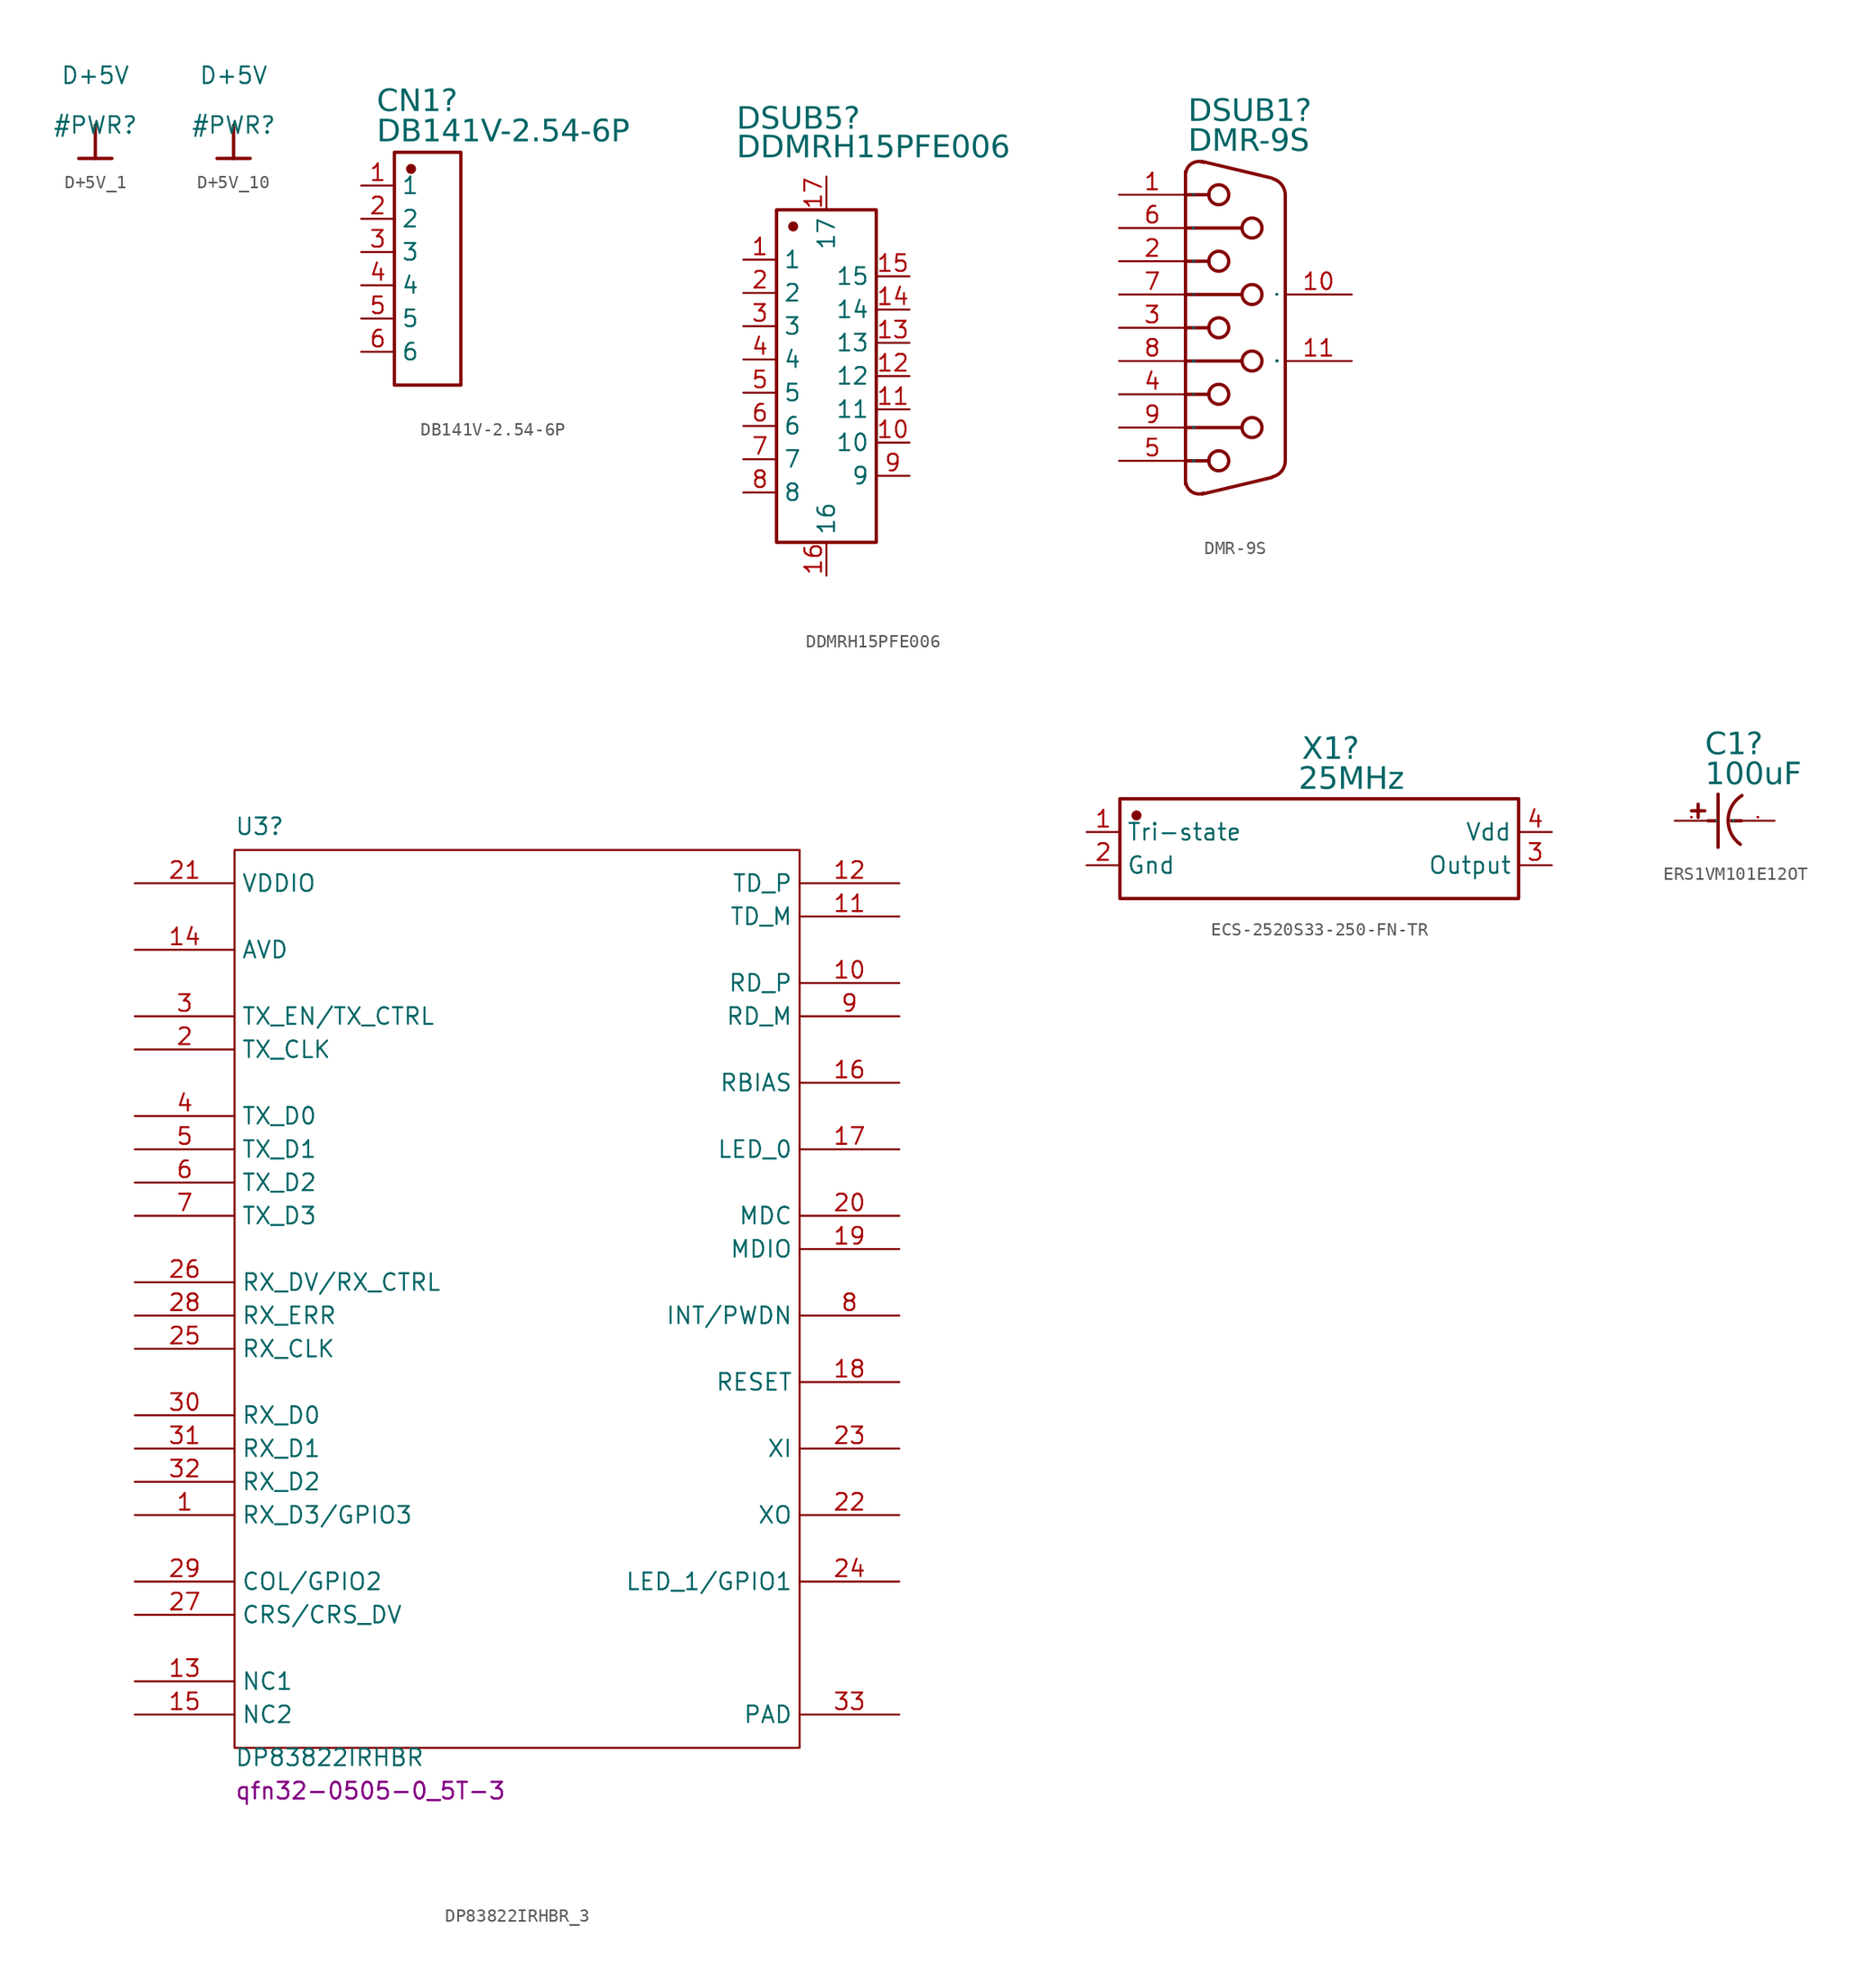
<source format=kicad_sym>
(kicad_symbol_lib
  (version 20241209)
  (generator "kicad_symbol_editor")
  (generator_version "9.0")
  (symbol "D+5V_1"
    (power)
    (property "Reference" "#PWR"
      (at 0 0 0)
      (effects (font (size 1.27 1.27))))
    (property "Value" "D+5V"
      (at 0 3.81 0)
      (effects (font (size 1.27 1.27))))
    (symbol "D+5V_1_0_0"
      (polyline (pts (xy -1.27 -2.54) (xy 1.27 -2.54)) (stroke (width 0.254) (type solid)) (fill (type none)))
      (polyline (pts (xy 0 0) (xy 0 -2.54)) (stroke (width 0.254) (type solid)) (fill (type none))))
    (symbol "D+5V_1_1_0"
      (pin power_out line (at 0 0 0) (length 0) (hide yes) (name "D+5V" (effects (font (size 1.27 1.27)))) (number "" (effects (font (size 1.27 1.27)))))))
  (symbol "D+5V_10"
    (power)
    (property "Reference" "#PWR"
      (at 0 0 0)
      (effects (font (size 1.27 1.27))))
    (property "Value" "D+5V"
      (at 0 3.81 0)
      (effects (font (size 1.27 1.27))))
    (symbol "D+5V_10_0_0"
      (polyline (pts (xy -1.27 -2.54) (xy 1.27 -2.54)) (stroke (width 0.254) (type solid)) (fill (type none)))
      (polyline (pts (xy 0 0) (xy 0 -2.54)) (stroke (width 0.254) (type solid)) (fill (type none))))
    (symbol "D+5V_10_1_0"
      (pin power_out line (at 0 0 0) (length 0) (hide yes) (name "D+5V" (effects (font (size 1.27 1.27)))) (number "" (effects (font (size 1.27 1.27)))))))
  (symbol "DB141V-2.54-6P"
    (property "Reference" "CN1"
      (at -3.886 13.729 0)
      (effects (font (face "Arial") (size 1.689 1.689)) (justify left top)))
    (property "Value" "DB141V-2.54-6P"
      (at -3.886 11.417 0)
      (effects (font (face "Arial") (size 1.689 1.689)) (justify left top)))
    (symbol "DB141V-2.54-6P_0_0"
      (rectangle (start -2.54 8.89) (end 2.54 -8.89) (stroke (width 0.254) (type solid)) (fill (type none)))
      (circle (center -1.27 7.62) (radius 0.254) (stroke (width 0.254) (type solid)) (fill (type outline)))
      (pin passive line (at -5.08 6.35 0) (length 2.54) (name "1" (effects (font (size 1.27 1.27)))) (number "1" (effects (font (size 1.27 1.27)))))
      (pin passive line (at -5.08 3.81 0) (length 2.54) (name "2" (effects (font (size 1.27 1.27)))) (number "2" (effects (font (size 1.27 1.27)))))
      (pin passive line (at -5.08 1.27 0) (length 2.54) (name "3" (effects (font (size 1.27 1.27)))) (number "3" (effects (font (size 1.27 1.27)))))
      (pin passive line (at -5.08 -1.27 0) (length 2.54) (name "4" (effects (font (size 1.27 1.27)))) (number "4" (effects (font (size 1.27 1.27)))))
      (pin passive line (at -5.08 -3.81 0) (length 2.54) (name "5" (effects (font (size 1.27 1.27)))) (number "5" (effects (font (size 1.27 1.27)))))
      (pin passive line (at -5.08 -6.35 0) (length 2.54) (name "6" (effects (font (size 1.27 1.27)))) (number "6" (effects (font (size 1.27 1.27)))))))
  (symbol "DDMRH15PFE006"
    (property "Reference" "DSUB5"
      (at -6.858 20.587 0)
      (effects (font (face "Arial") (size 1.689 1.689)) (justify left top)))
    (property "Value" "DDMRH15PFE006"
      (at -6.858 18.402 0)
      (effects (font (face "Arial") (size 1.689 1.689)) (justify left top)))
    (symbol "DDMRH15PFE006_0_0"
      (rectangle (start -3.81 12.7) (end 3.81 -12.7) (stroke (width 0.254) (type solid)) (fill (type none)))
      (circle (center -2.54 11.43) (radius 0.254) (stroke (width 0.254) (type solid)) (fill (type outline)))
      (pin passive line (at -6.35 8.89 0) (length 2.54) (name "1" (effects (font (size 1.27 1.27)))) (number "1" (effects (font (size 1.27 1.27)))))
      (pin passive line (at -6.35 6.35 0) (length 2.54) (name "2" (effects (font (size 1.27 1.27)))) (number "2" (effects (font (size 1.27 1.27)))))
      (pin passive line (at -6.35 3.81 0) (length 2.54) (name "3" (effects (font (size 1.27 1.27)))) (number "3" (effects (font (size 1.27 1.27)))))
      (pin passive line (at -6.35 1.27 0) (length 2.54) (name "4" (effects (font (size 1.27 1.27)))) (number "4" (effects (font (size 1.27 1.27)))))
      (pin passive line (at -6.35 -1.27 0) (length 2.54) (name "5" (effects (font (size 1.27 1.27)))) (number "5" (effects (font (size 1.27 1.27)))))
      (pin passive line (at -6.35 -3.81 0) (length 2.54) (name "6" (effects (font (size 1.27 1.27)))) (number "6" (effects (font (size 1.27 1.27)))))
      (pin passive line (at -6.35 -6.35 0) (length 2.54) (name "7" (effects (font (size 1.27 1.27)))) (number "7" (effects (font (size 1.27 1.27)))))
      (pin passive line (at -6.35 -8.89 0) (length 2.54) (name "8" (effects (font (size 1.27 1.27)))) (number "8" (effects (font (size 1.27 1.27)))))
      (pin passive line (at 0 15.24 270) (length 2.54) (name "17" (effects (font (size 1.27 1.27)))) (number "17" (effects (font (size 1.27 1.27)))))
      (pin passive line (at 0 -15.24 90) (length 2.54) (name "16" (effects (font (size 1.27 1.27)))) (number "16" (effects (font (size 1.27 1.27)))))
      (pin passive line (at 6.35 7.62 180) (length 2.54) (name "15" (effects (font (size 1.27 1.27)))) (number "15" (effects (font (size 1.27 1.27)))))
      (pin passive line (at 6.35 5.08 180) (length 2.54) (name "14" (effects (font (size 1.27 1.27)))) (number "14" (effects (font (size 1.27 1.27)))))
      (pin passive line (at 6.35 2.54 180) (length 2.54) (name "13" (effects (font (size 1.27 1.27)))) (number "13" (effects (font (size 1.27 1.27)))))
      (pin passive line (at 6.35 0 180) (length 2.54) (name "12" (effects (font (size 1.27 1.27)))) (number "12" (effects (font (size 1.27 1.27)))))
      (pin passive line (at 6.35 -2.54 180) (length 2.54) (name "11" (effects (font (size 1.27 1.27)))) (number "11" (effects (font (size 1.27 1.27)))))
      (pin passive line (at 6.35 -5.08 180) (length 2.54) (name "10" (effects (font (size 1.27 1.27)))) (number "10" (effects (font (size 1.27 1.27)))))
      (pin passive line (at 6.35 -7.62 180) (length 2.54) (name "9" (effects (font (size 1.27 1.27)))) (number "9" (effects (font (size 1.27 1.27)))))))
  (symbol "DMR-9S"
    (property "Reference" "DSUB1"
      (at -3.607 17.488 0)
      (effects (font (face "Arial") (size 1.689 1.689)) (justify left top)))
    (property "Value" "DMR-9S"
      (at -3.607 15.202 0)
      (effects (font (face "Arial") (size 1.689 1.689)) (justify left top)))
    (symbol "DMR-9S_0_0"
      (polyline (pts (xy -3.81 11.938) (xy -3.81 10.16)) (stroke (width 0.254) (type solid)) (fill (type none)))
      (polyline (pts (xy -3.81 7.62) (xy 0.508 7.62)) (stroke (width 0.254) (type solid)) (fill (type none)))
      (polyline (pts (xy -3.81 2.54) (xy 0.508 2.54)) (stroke (width 0.254) (type solid)) (fill (type none)))
      (polyline (pts (xy -3.81 -2.54) (xy 0.508 -2.54)) (stroke (width 0.254) (type solid)) (fill (type none)))
      (polyline (pts (xy -3.81 -7.62) (xy 0.508 -7.62)) (stroke (width 0.254) (type solid)) (fill (type none)))
      (polyline (pts (xy -3.81 -10.16) (xy -3.81 10.16)) (stroke (width 0.254) (type solid)) (fill (type none)))
      (polyline (pts (xy -3.81 -11.938) (xy -3.81 -10.16)) (stroke (width 0.254) (type solid)) (fill (type none)))
      (arc (start -3.7846 11.8364) (mid -3.2923 12.5672) (end -2.413 12.6238) (stroke (width 0.254) (type solid)) (fill (type none)))
      (arc (start -2.413 -12.6238) (mid -3.2864 -12.5569) (end -3.7846 -11.8364) (stroke (width 0.254) (type solid)) (fill (type none)))
      (polyline (pts (xy -2.032 10.16) (xy -3.81 10.16)) (stroke (width 0.254) (type solid)) (fill (type none)))
      (polyline (pts (xy -2.032 5.08) (xy -3.81 5.08)) (stroke (width 0.254) (type solid)) (fill (type none)))
      (polyline (pts (xy -2.032 0) (xy -3.81 0)) (stroke (width 0.254) (type solid)) (fill (type none)))
      (polyline (pts (xy -2.032 -5.08) (xy -3.81 -5.08)) (stroke (width 0.254) (type solid)) (fill (type none)))
      (polyline (pts (xy -2.032 -10.16) (xy -3.81 -10.16)) (stroke (width 0.254) (type solid)) (fill (type none)))
      (circle (center -1.27 10.16) (radius 0.762) (stroke (width 0.254) (type solid)) (fill (type none)))
      (circle (center -1.27 5.08) (radius 0.762) (stroke (width 0.254) (type solid)) (fill (type none)))
      (circle (center -1.27 0) (radius 0.762) (stroke (width 0.254) (type solid)) (fill (type none)))
      (circle (center -1.27 -5.08) (radius 0.762) (stroke (width 0.254) (type solid)) (fill (type none)))
      (circle (center -1.27 -10.16) (radius 0.762) (stroke (width 0.254) (type solid)) (fill (type none)))
      (circle (center 1.27 7.62) (radius 0.762) (stroke (width 0.254) (type solid)) (fill (type none)))
      (circle (center 1.27 2.54) (radius 0.762) (stroke (width 0.254) (type solid)) (fill (type none)))
      (circle (center 1.27 -2.54) (radius 0.762) (stroke (width 0.254) (type solid)) (fill (type none)))
      (circle (center 1.27 -7.62) (radius 0.762) (stroke (width 0.254) (type solid)) (fill (type none)))
      (arc (start 2.8702 11.3792) (mid 3.5372 10.9215) (end 3.81 10.16) (stroke (width 0.254) (type solid)) (fill (type none)))
      (arc (start 3.81 -10.16) (mid 3.5389 -10.937) (end 2.8448 -11.3792) (stroke (width 0.254) (type solid)) (fill (type none)))
      (polyline (pts (xy 2.794 11.43) (xy -2.54 12.7)) (stroke (width 0.254) (type solid)) (fill (type none)))
      (polyline (pts (xy 2.794 -11.43) (xy -2.54 -12.7)) (stroke (width 0.254) (type solid)) (fill (type none)))
      (polyline (pts (xy 3.81 -10.16) (xy 3.81 10.16)) (stroke (width 0.254) (type solid)) (fill (type none)))
      (pin passive line (at -8.89 10.16 0) (length 5.08) (name "1" (effects (font (size 0.025 0.025)))) (number "1" (effects (font (size 1.27 1.27)))))
      (pin passive line (at -8.89 7.62 0) (length 5.08) (name "6" (effects (font (size 0.025 0.025)))) (number "6" (effects (font (size 1.27 1.27)))))
      (pin passive line (at -8.89 5.08 0) (length 5.08) (name "2" (effects (font (size 0.025 0.025)))) (number "2" (effects (font (size 1.27 1.27)))))
      (pin passive line (at -8.89 2.54 0) (length 5.08) (name "7" (effects (font (size 0.025 0.025)))) (number "7" (effects (font (size 1.27 1.27)))))
      (pin passive line (at -8.89 0 0) (length 5.08) (name "3" (effects (font (size 0.025 0.025)))) (number "3" (effects (font (size 1.27 1.27)))))
      (pin passive line (at -8.89 -2.54 0) (length 5.08) (name "8" (effects (font (size 0.025 0.025)))) (number "8" (effects (font (size 1.27 1.27)))))
      (pin passive line (at -8.89 -5.08 0) (length 5.08) (name "4" (effects (font (size 0.025 0.025)))) (number "4" (effects (font (size 1.27 1.27)))))
      (pin passive line (at -8.89 -7.62 0) (length 5.08) (name "9" (effects (font (size 0.025 0.025)))) (number "9" (effects (font (size 1.27 1.27)))))
      (pin passive line (at -8.89 -10.16 0) (length 5.08) (name "5" (effects (font (size 0.025 0.025)))) (number "5" (effects (font (size 1.27 1.27)))))
      (pin power_in line (at 8.89 2.54 180) (length 5.08) (name "MH1" (effects (font (size 0.025 0.025)))) (number "10" (effects (font (size 1.27 1.27)))))
      (pin power_in line (at 8.89 -2.54 180) (length 5.08) (name "MH2" (effects (font (size 0.025 0.025)))) (number "11" (effects (font (size 1.27 1.27)))))))
  (symbol "DP83822IRHBR_3"
    (property "Reference" "U3"
      (at 0 2.54 0)
      (effects (font (size 1.27 1.27)) (justify left top)))
    (property "Value" "DP83822IRHBR"
      (at 0 -68.58 0)
      (effects (font (size 1.27 1.27)) (justify left top)))
    (property "Origin Footprint" "qfn32-0505-0_5T-3"
      (at 0 -71.12 0)
      (effects (font (size 1.27 1.27)) (justify left top)))
    (property "PCB Footprint" "qfn32-0505-0_5T-3"
      (at 0 -71.12 0)
      (effects (font (size 1.27 1.27)) (justify left top)))
    (symbol "DP83822IRHBR_3_1_0"
      (rectangle (start 0 0) (end 43.18 -68.58) (stroke (width 0) (type default)) (fill (type none)))
      (pin passive line (at -7.62 -2.54 0) (length 7.62) (name "VDDIO" (effects (font (size 1.27 1.27)))) (number "21" (effects (font (size 1.27 1.27)))))
      (pin passive line (at -7.62 -7.62 0) (length 7.62) (name "AVD" (effects (font (size 1.27 1.27)))) (number "14" (effects (font (size 1.27 1.27)))))
      (pin input line (at -7.62 -12.7 0) (length 7.62) (name "TX_EN/TX_CTRL" (effects (font (size 1.27 1.27)))) (number "3" (effects (font (size 1.27 1.27)))))
      (pin input line (at -7.62 -15.24 0) (length 7.62) (name "TX_CLK" (effects (font (size 1.27 1.27)))) (number "2" (effects (font (size 1.27 1.27)))))
      (pin input line (at -7.62 -20.32 0) (length 7.62) (name "TX_D0" (effects (font (size 1.27 1.27)))) (number "4" (effects (font (size 1.27 1.27)))))
      (pin input line (at -7.62 -22.86 0) (length 7.62) (name "TX_D1" (effects (font (size 1.27 1.27)))) (number "5" (effects (font (size 1.27 1.27)))))
      (pin input line (at -7.62 -25.4 0) (length 7.62) (name "TX_D2" (effects (font (size 1.27 1.27)))) (number "6" (effects (font (size 1.27 1.27)))))
      (pin input line (at -7.62 -27.94 0) (length 7.62) (name "TX_D3" (effects (font (size 1.27 1.27)))) (number "7" (effects (font (size 1.27 1.27)))))
      (pin output line (at -7.62 -33.02 0) (length 7.62) (name "RX_DV/RX_CTRL" (effects (font (size 1.27 1.27)))) (number "26" (effects (font (size 1.27 1.27)))))
      (pin output line (at -7.62 -35.56 0) (length 7.62) (name "RX_ERR" (effects (font (size 1.27 1.27)))) (number "28" (effects (font (size 1.27 1.27)))))
      (pin output line (at -7.62 -38.1 0) (length 7.62) (name "RX_CLK" (effects (font (size 1.27 1.27)))) (number "25" (effects (font (size 1.27 1.27)))))
      (pin output line (at -7.62 -43.18 0) (length 7.62) (name "RX_D0" (effects (font (size 1.27 1.27)))) (number "30" (effects (font (size 1.27 1.27)))))
      (pin output line (at -7.62 -45.72 0) (length 7.62) (name "RX_D1" (effects (font (size 1.27 1.27)))) (number "31" (effects (font (size 1.27 1.27)))))
      (pin output line (at -7.62 -48.26 0) (length 7.62) (name "RX_D2" (effects (font (size 1.27 1.27)))) (number "32" (effects (font (size 1.27 1.27)))))
      (pin output line (at -7.62 -50.8 0) (length 7.62) (name "RX_D3/GPIO3" (effects (font (size 1.27 1.27)))) (number "1" (effects (font (size 1.27 1.27)))))
      (pin input line (at -7.62 -55.88 0) (length 7.62) (name "COL/GPIO2" (effects (font (size 1.27 1.27)))) (number "29" (effects (font (size 1.27 1.27)))))
      (pin output line (at -7.62 -58.42 0) (length 7.62) (name "CRS/CRS_DV" (effects (font (size 1.27 1.27)))) (number "27" (effects (font (size 1.27 1.27)))))
      (pin unspecified line (at -7.62 -63.5 0) (length 7.62) (name "NC1" (effects (font (size 1.27 1.27)))) (number "13" (effects (font (size 1.27 1.27)))))
      (pin unspecified line (at -7.62 -66.04 0) (length 7.62) (name "NC2" (effects (font (size 1.27 1.27)))) (number "15" (effects (font (size 1.27 1.27)))))
      (pin output line (at 50.8 -2.54 180) (length 7.62) (name "TD_P" (effects (font (size 1.27 1.27)))) (number "12" (effects (font (size 1.27 1.27)))))
      (pin output line (at 50.8 -5.08 180) (length 7.62) (name "TD_M" (effects (font (size 1.27 1.27)))) (number "11" (effects (font (size 1.27 1.27)))))
      (pin input line (at 50.8 -10.16 180) (length 7.62) (name "RD_P" (effects (font (size 1.27 1.27)))) (number "10" (effects (font (size 1.27 1.27)))))
      (pin input line (at 50.8 -12.7 180) (length 7.62) (name "RD_M" (effects (font (size 1.27 1.27)))) (number "9" (effects (font (size 1.27 1.27)))))
      (pin input line (at 50.8 -17.78 180) (length 7.62) (name "RBIAS" (effects (font (size 1.27 1.27)))) (number "16" (effects (font (size 1.27 1.27)))))
      (pin passive line (at 50.8 -22.86 180) (length 7.62) (name "LED_0" (effects (font (size 1.27 1.27)))) (number "17" (effects (font (size 1.27 1.27)))))
      (pin input line (at 50.8 -27.94 180) (length 7.62) (name "MDC" (effects (font (size 1.27 1.27)))) (number "20" (effects (font (size 1.27 1.27)))))
      (pin input line (at 50.8 -30.48 180) (length 7.62) (name "MDIO" (effects (font (size 1.27 1.27)))) (number "19" (effects (font (size 1.27 1.27)))))
      (pin input line (at 50.8 -35.56 180) (length 7.62) (name "INT/PWDN" (effects (font (size 1.27 1.27)))) (number "8" (effects (font (size 1.27 1.27)))))
      (pin input line (at 50.8 -40.64 180) (length 7.62) (name "RESET" (effects (font (size 1.27 1.27)))) (number "18" (effects (font (size 1.27 1.27)))))
      (pin input line (at 50.8 -45.72 180) (length 7.62) (name "XI" (effects (font (size 1.27 1.27)))) (number "23" (effects (font (size 1.27 1.27)))))
      (pin input line (at 50.8 -50.8 180) (length 7.62) (name "XO" (effects (font (size 1.27 1.27)))) (number "22" (effects (font (size 1.27 1.27)))))
      (pin passive line (at 50.8 -55.88 180) (length 7.62) (name "LED_1/GPIO1" (effects (font (size 1.27 1.27)))) (number "24" (effects (font (size 1.27 1.27)))))
      (pin input line (at 50.8 -66.04 180) (length 7.62) (name "PAD" (effects (font (size 1.27 1.27)))) (number "33" (effects (font (size 1.27 1.27)))))))
  (symbol "ECS-2520S33-250-FN-TR"
    (property "Reference" "X1"
      (at -1.321 8.547 0)
      (effects (font (face "Arial") (size 1.689 1.689)) (justify left top)))
    (property "Value" "25MHz"
      (at -1.575 6.261 0)
      (effects (font (face "Arial") (size 1.689 1.689)) (justify left top)))
    (symbol "ECS-2520S33-250-FN-TR_0_0"
      (rectangle (start -15.24 3.81) (end 15.24 -3.81) (stroke (width 0.254) (type solid)) (fill (type none)))
      (circle (center -13.97 2.54) (radius 0.254) (stroke (width 0.254) (type solid)) (fill (type outline)))
      (pin passive line (at -17.78 1.27 0) (length 2.54) (name "Tri-state" (effects (font (size 1.27 1.27)))) (number "1" (effects (font (size 1.27 1.27)))))
      (pin power_in line (at -17.78 -1.27 0) (length 2.54) (name "Gnd" (effects (font (size 1.27 1.27)))) (number "2" (effects (font (size 1.27 1.27)))))
      (pin power_in line (at 17.78 1.27 180) (length 2.54) (name "Vdd" (effects (font (size 1.27 1.27)))) (number "4" (effects (font (size 1.27 1.27)))))
      (pin output line (at 17.78 -1.27 180) (length 2.54) (name "Output" (effects (font (size 1.27 1.27)))) (number "3" (effects (font (size 1.27 1.27)))))))
  (symbol "ERS1VM101E12OT"
    (property "Reference" "C1"
      (at -1.499 6.769 0)
      (effects (font (face "Arial") (size 1.689 1.689)) (justify left top)))
    (property "Value" "100uF"
      (at -1.499 4.483 0)
      (effects (font (face "Arial") (size 1.689 1.689)) (justify left top)))
    (symbol "ERS1VM101E12OT_0_0"
      (polyline (pts (xy -2.54 0.762) (xy -1.524 0.762)) (stroke (width 0.254) (type solid)) (fill (type none)))
      (polyline (pts (xy -2.032 1.27) (xy -2.032 0.254)) (stroke (width 0.254) (type solid)) (fill (type none)))
      (polyline (pts (xy -1.27 0) (xy -0.508 0)) (stroke (width 0.254) (type solid)) (fill (type none)))
      (polyline (pts (xy -0.508 2.032) (xy -0.508 -2.032)) (stroke (width 0.254) (type solid)) (fill (type none)))
      (polyline (pts (xy 0.508 0) (xy 1.27 0)) (stroke (width 0.254) (type solid)) (fill (type none)))
      (arc (start 1.1938 -1.8034) (mid 0.2589 0.0975) (end 1.3208 1.9304) (stroke (width 0.254) (type solid)) (fill (type none)))
      (pin passive line (at -3.81 0 0) (length 2.54) (name "1" (effects (font (size 0.025 0.025)))) (number "1" (effects (font (size 0.025 0.025)))))
      (pin passive line (at 3.81 0 180) (length 2.54) (name "2" (effects (font (size 0.025 0.025)))) (number "2" (effects (font (size 0.025 0.025))))))))
</source>
